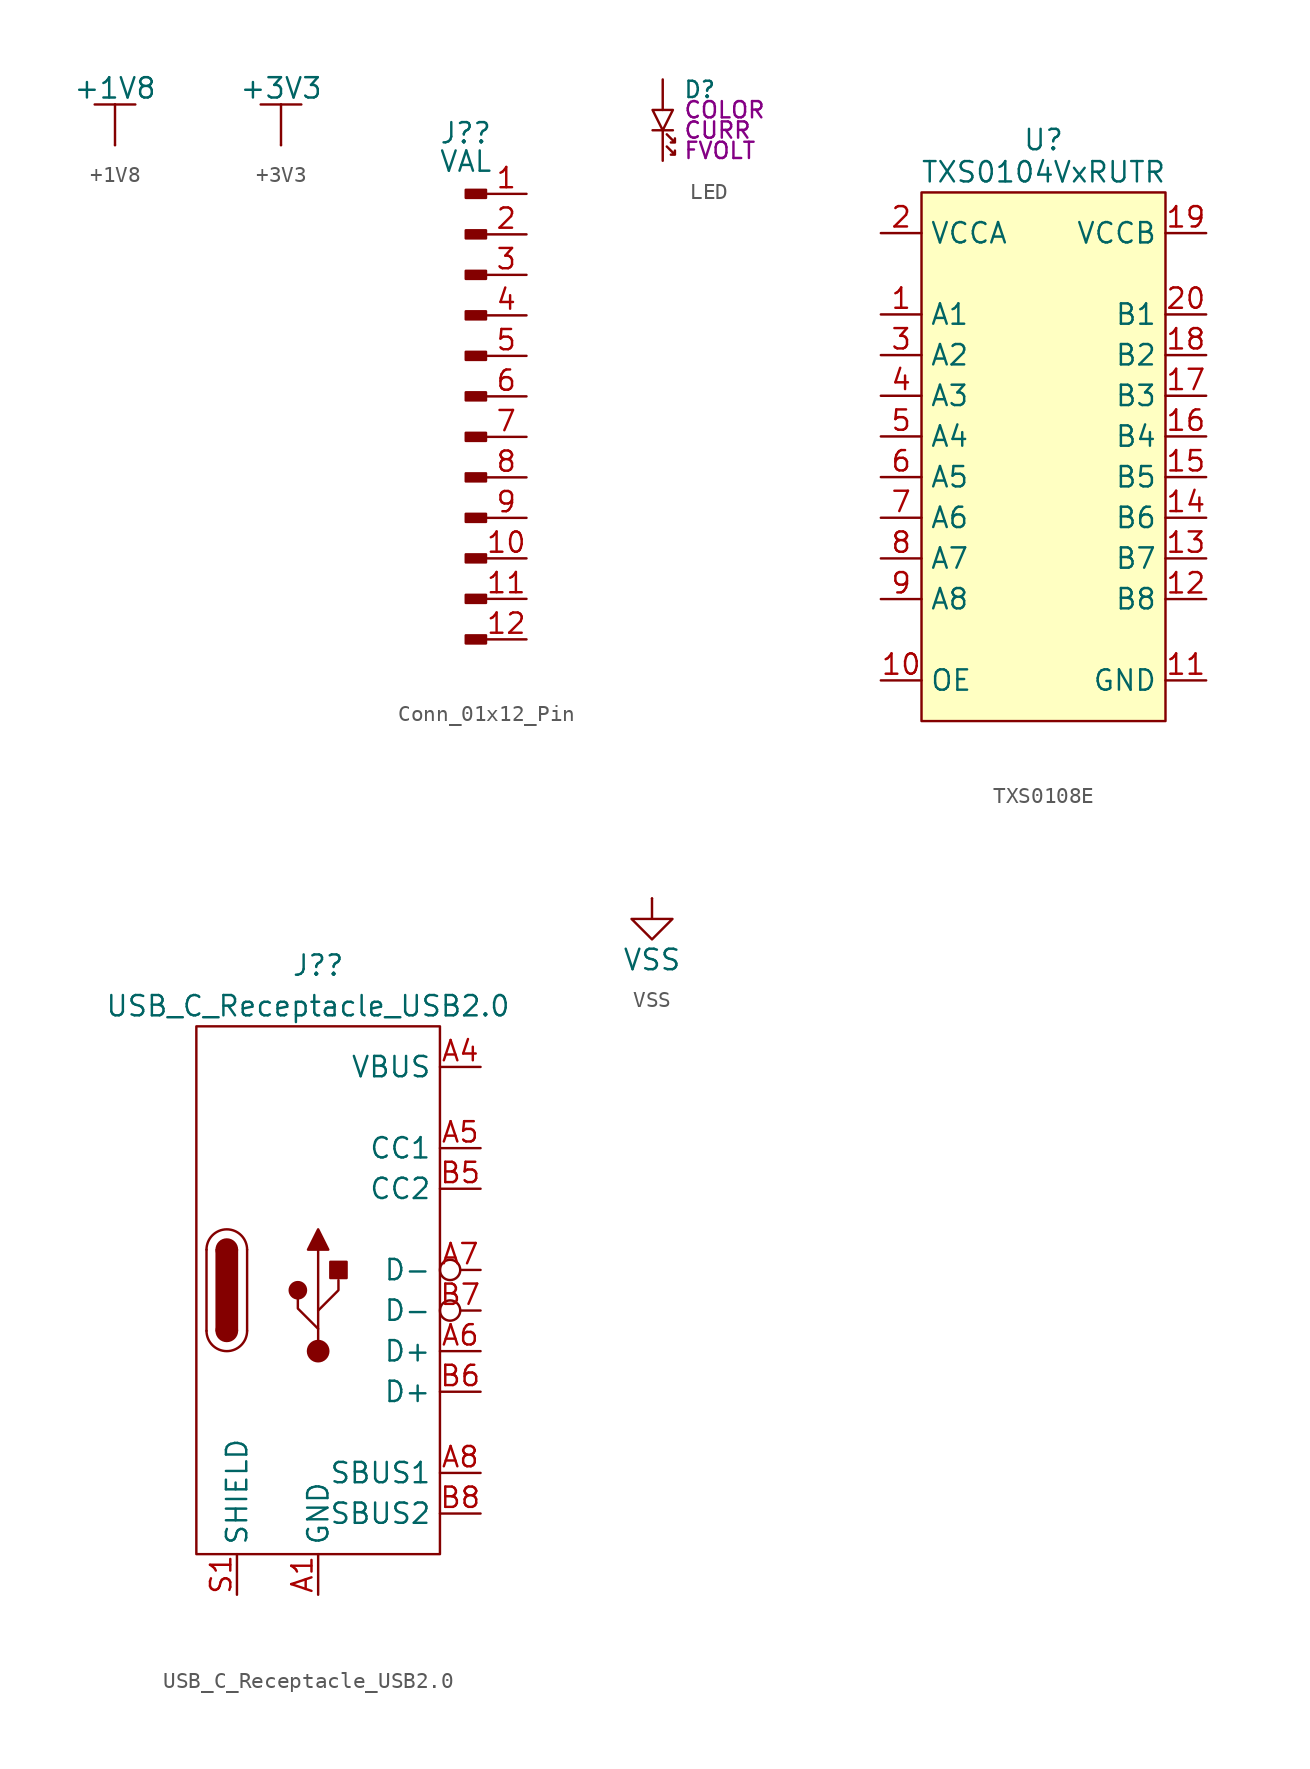
<source format=kicad_sym>
(kicad_symbol_lib
  (version 20231120)
  (generator "kicad_symbol_editor")
  (generator_version "8.0")
  (symbol "+1V8"
    (power)
    (pin_numbers hide)
    (pin_names
      (offset 0) hide)
    (property "Reference" "#PWR"
      (at 0 0 0)
      (effects (font (size 1.27 1.27)) (hide yes)))
    (property "Value" "+1V8"
      (at 0 3.556 0)
      (do_not_autoplace)
      (effects (font (size 1.27 1.27))))
    (symbol "+1V8_0_1"
      (polyline (pts (xy -1.27 2.54) (xy 0 2.54)) (stroke (width 0) (type default)) (fill (type none)))
      (polyline (pts (xy 0 0) (xy 0 2.54)) (stroke (width 0) (type default)) (fill (type none)))
      (polyline (pts (xy 0 2.54) (xy 1.27 2.54)) (stroke (width 0) (type default)) (fill (type none))))
    (symbol "+1V8_1_1"
      (pin power_in line (at 0 0 90) (length 0) (name "~" (effects (font (size 1.27 1.27)))) (number "1" (effects (font (size 1.27 1.27)))))))
  (symbol "+3V3"
    (power)
    (pin_numbers hide)
    (pin_names
      (offset 0) hide)
    (property "Reference" "#PWR"
      (at 0 0 0)
      (effects (font (size 1.27 1.27)) (hide yes)))
    (property "Value" "+3V3"
      (at 0 3.556 0)
      (do_not_autoplace)
      (effects (font (size 1.27 1.27))))
    (symbol "+3V3_0_1"
      (polyline (pts (xy -1.27 2.54) (xy 0 2.54)) (stroke (width 0) (type default)) (fill (type none)))
      (polyline (pts (xy 0 0) (xy 0 2.54)) (stroke (width 0) (type default)) (fill (type none)))
      (polyline (pts (xy 0 2.54) (xy 1.27 2.54)) (stroke (width 0) (type default)) (fill (type none))))
    (symbol "+3V3_1_1"
      (pin power_in line (at 0 0 90) (length 0) (name "~" (effects (font (size 1.27 1.27)))) (number "1" (effects (font (size 1.27 1.27)))))))
  (symbol "Conn_01x12_Pin"
    (pin_names hide)
    (property "Reference" "J?"
      (at 0 17.78 0)
      (do_not_autoplace)
      (effects (font (size 1.27 1.27))))
    (property "Value" "VAL"
      (at 0 16.002 0)
      (do_not_autoplace)
      (effects (font (size 1.27 1.27))))
    (symbol "Conn_01x12_Pin_1_0"
      (pin passive line (at 3.81 13.97 180) (length 2.54) (name "" (effects (font (size 1.27 1.27)))) (number "1" (effects (font (size 1.27 1.27)))))
      (pin passive line (at 3.81 -8.89 180) (length 2.54) (name "" (effects (font (size 1.27 1.27)))) (number "10" (effects (font (size 1.27 1.27)))))
      (pin passive line (at 3.81 -11.43 180) (length 2.54) (name "" (effects (font (size 1.27 1.27)))) (number "11" (effects (font (size 1.27 1.27)))))
      (pin passive line (at 3.81 -13.97 180) (length 2.54) (name "" (effects (font (size 1.27 1.27)))) (number "12" (effects (font (size 1.27 1.27)))))
      (pin passive line (at 3.81 11.43 180) (length 2.54) (name "" (effects (font (size 1.27 1.27)))) (number "2" (effects (font (size 1.27 1.27)))))
      (pin passive line (at 3.81 8.89 180) (length 2.54) (name "" (effects (font (size 1.27 1.27)))) (number "3" (effects (font (size 1.27 1.27)))))
      (pin passive line (at 3.81 6.35 180) (length 2.54) (name "" (effects (font (size 1.27 1.27)))) (number "4" (effects (font (size 1.27 1.27)))))
      (pin passive line (at 3.81 3.81 180) (length 2.54) (name "" (effects (font (size 1.27 1.27)))) (number "5" (effects (font (size 1.27 1.27)))))
      (pin passive line (at 3.81 1.27 180) (length 2.54) (name "" (effects (font (size 1.27 1.27)))) (number "6" (effects (font (size 1.27 1.27)))))
      (pin passive line (at 3.81 -1.27 180) (length 2.54) (name "" (effects (font (size 1.27 1.27)))) (number "7" (effects (font (size 1.27 1.27)))))
      (pin passive line (at 3.81 -3.81 180) (length 2.54) (name "" (effects (font (size 1.27 1.27)))) (number "8" (effects (font (size 1.27 1.27)))))
      (pin passive line (at 3.81 -6.35 180) (length 2.54) (name "" (effects (font (size 1.27 1.27)))) (number "9" (effects (font (size 1.27 1.27))))))
    (symbol "Conn_01x12_Pin_1_1"
      (rectangle (start 0 -13.716) (end 1.27 -14.224) (stroke (width 0) (type default)) (fill (type outline)))
      (rectangle (start 0 -11.176) (end 1.27 -11.684) (stroke (width 0) (type default)) (fill (type outline)))
      (rectangle (start 0 -8.636) (end 1.27 -9.144) (stroke (width 0) (type default)) (fill (type outline)))
      (rectangle (start 0 -6.096) (end 1.27 -6.604) (stroke (width 0) (type default)) (fill (type outline)))
      (rectangle (start 0 -3.556) (end 1.27 -4.064) (stroke (width 0) (type default)) (fill (type outline)))
      (rectangle (start 0 -1.016) (end 1.27 -1.524) (stroke (width 0) (type default)) (fill (type outline)))
      (rectangle (start 0 1.524) (end 1.27 1.016) (stroke (width 0) (type default)) (fill (type outline)))
      (rectangle (start 0 4.064) (end 1.27 3.556) (stroke (width 0) (type default)) (fill (type outline)))
      (rectangle (start 0 6.604) (end 1.27 6.096) (stroke (width 0) (type default)) (fill (type outline)))
      (rectangle (start 0 9.144) (end 1.27 8.636) (stroke (width 0) (type default)) (fill (type outline)))
      (rectangle (start 0 11.684) (end 1.27 11.176) (stroke (width 0) (type default)) (fill (type outline)))
      (rectangle (start 0 14.224) (end 1.27 13.716) (stroke (width 0) (type default)) (fill (type outline)))))
  (symbol "LED"
    (pin_numbers hide)
    (property "Reference" "D"
      (at 1.27 1.905 0)
      (do_not_autoplace)
      (effects (font (size 1.016 1.016)) (justify left)))
    (property "Forward Voltage" "FVOLT"
      (at 1.27 -1.905 0)
      (do_not_autoplace)
      (effects (font (size 1.016 1.016)) (justify left)))
    (property "Current" "CURR"
      (at 1.27 -0.635 0)
      (do_not_autoplace)
      (effects (font (size 1.016 1.016)) (justify left)))
    (property "Color" "COLOR"
      (at 1.27 0.635 0)
      (do_not_autoplace)
      (effects (font (size 1.016 1.016)) (justify left)))
    (symbol "LED_0_1"
      (polyline (pts (xy 0.635 -0.635) (xy -0.635 -0.635)) (stroke (width 0) (type default)) (fill (type none)))
      (polyline (pts (xy 0.254 -1.651) (xy 0.762 -2.159) (xy 0.762 -1.905) (xy 0.762 -2.159) (xy 0.508 -2.159)) (stroke (width 0) (type default)) (fill (type none)))
      (polyline (pts (xy 0.254 -0.889) (xy 0.762 -1.397) (xy 0.762 -1.143) (xy 0.762 -1.397) (xy 0.508 -1.397)) (stroke (width 0) (type default)) (fill (type none))))
    (symbol "LED_1_0"
      (pin passive line (at 0 2.54 270) (length 1.905) (name "" (effects (font (size 1.27 1.27)))) (number "1" (effects (font (size 1.27 1.27)))))
      (pin passive line (at 0 -2.54 90) (length 1.905) (name "" (effects (font (size 1.27 1.27)))) (number "2" (effects (font (size 1.27 1.27))))))
    (symbol "LED_1_1"
      (polyline (pts (xy 0.635 0.635) (xy -0.635 0.635) (xy 0 -0.635) (xy 0.635 0.635)) (stroke (width 0.152) (type default)) (fill (type none)))))
  (symbol "TXS0108E"
    (property "Reference" "U"
      (at 0 19.05 0)
      (do_not_autoplace)
      (effects (font (size 1.27 1.27)) (justify bottom)))
    (property "Value" "TXS0104VxRUTR"
      (at 0 17.78 0)
      (do_not_autoplace)
      (effects (font (size 1.27 1.27))))
    (symbol "TXS0108E_0_0"
      (pin bidirectional line (at -10.16 8.89 0) (length 2.54) (name "A1" (effects (font (size 1.27 1.27)))) (number "1" (effects (font (size 1.27 1.27)))))
      (pin input line (at -10.16 -13.97 0) (length 2.54) (name "OE" (effects (font (size 1.27 1.27)))) (number "10" (effects (font (size 1.27 1.27)))))
      (pin passive line (at 10.16 -13.97 180) (length 2.54) (name "GND" (effects (font (size 1.27 1.27)))) (number "11" (effects (font (size 1.27 1.27)))))
      (pin bidirectional line (at 10.16 -8.89 180) (length 2.54) (name "B8" (effects (font (size 1.27 1.27)))) (number "12" (effects (font (size 1.27 1.27)))))
      (pin bidirectional line (at 10.16 -6.35 180) (length 2.54) (name "B7" (effects (font (size 1.27 1.27)))) (number "13" (effects (font (size 1.27 1.27)))))
      (pin bidirectional line (at 10.16 -3.81 180) (length 2.54) (name "B6" (effects (font (size 1.27 1.27)))) (number "14" (effects (font (size 1.27 1.27)))))
      (pin bidirectional line (at 10.16 -1.27 180) (length 2.54) (name "B5" (effects (font (size 1.27 1.27)))) (number "15" (effects (font (size 1.27 1.27)))))
      (pin bidirectional line (at 10.16 1.27 180) (length 2.54) (name "B4" (effects (font (size 1.27 1.27)))) (number "16" (effects (font (size 1.27 1.27)))))
      (pin bidirectional line (at 10.16 3.81 180) (length 2.54) (name "B3" (effects (font (size 1.27 1.27)))) (number "17" (effects (font (size 1.27 1.27)))))
      (pin bidirectional line (at 10.16 6.35 180) (length 2.54) (name "B2" (effects (font (size 1.27 1.27)))) (number "18" (effects (font (size 1.27 1.27)))))
      (pin power_in line (at 10.16 13.97 180) (length 2.54) (name "VCCB" (effects (font (size 1.27 1.27)))) (number "19" (effects (font (size 1.27 1.27)))))
      (pin power_in line (at -10.16 13.97 0) (length 2.54) (name "VCCA" (effects (font (size 1.27 1.27)))) (number "2" (effects (font (size 1.27 1.27)))))
      (pin bidirectional line (at 10.16 8.89 180) (length 2.54) (name "B1" (effects (font (size 1.27 1.27)))) (number "20" (effects (font (size 1.27 1.27)))))
      (pin bidirectional line (at -10.16 6.35 0) (length 2.54) (name "A2" (effects (font (size 1.27 1.27)))) (number "3" (effects (font (size 1.27 1.27)))))
      (pin bidirectional line (at -10.16 3.81 0) (length 2.54) (name "A3" (effects (font (size 1.27 1.27)))) (number "4" (effects (font (size 1.27 1.27)))))
      (pin bidirectional line (at -10.16 1.27 0) (length 2.54) (name "A4" (effects (font (size 1.27 1.27)))) (number "5" (effects (font (size 1.27 1.27)))))
      (pin bidirectional line (at -10.16 -1.27 0) (length 2.54) (name "A5" (effects (font (size 1.27 1.27)))) (number "6" (effects (font (size 1.27 1.27)))))
      (pin bidirectional line (at -10.16 -3.81 0) (length 2.54) (name "A6" (effects (font (size 1.27 1.27)))) (number "7" (effects (font (size 1.27 1.27)))))
      (pin bidirectional line (at -10.16 -6.35 0) (length 2.54) (name "A7" (effects (font (size 1.27 1.27)))) (number "8" (effects (font (size 1.27 1.27)))))
      (pin bidirectional line (at -10.16 -8.89 0) (length 2.54) (name "A8" (effects (font (size 1.27 1.27)))) (number "9" (effects (font (size 1.27 1.27))))))
    (symbol "TXS0108E_1_0"
      (pin passive line (at 10.16 -13.97 180) (length 2.54) hide (name "PGND" (effects (font (size 1.27 1.27)))) (number "21" (effects (font (size 1.27 1.27))))))
    (symbol "TXS0108E_1_1"
      (rectangle (start -7.62 16.51) (end 7.62 -16.51) (stroke (width 0) (type default)) (fill (type background)))))
  (symbol "USB_C_Receptacle_USB2.0"
    (property "Reference" "J?"
      (at 0 20.32 0)
      (do_not_autoplace)
      (effects (font (size 1.27 1.27))))
    (property "Value" "USB_C_Receptacle_USB2.0"
      (at -0.635 17.78 0)
      (do_not_autoplace)
      (effects (font (size 1.27 1.27))))
    (symbol "USB_C_Receptacle_USB2.0_0_0"
      (pin power_out line (at 10.16 13.97 180) (length 2.54) (name "VBUS" (effects (font (size 1.27 1.27)))) (number "A4" (effects (font (size 1.27 1.27)))))
      (pin input line (at 10.16 8.89 180) (length 2.54) (name "CC1" (effects (font (size 1.27 1.27)))) (number "A5" (effects (font (size 1.27 1.27)))))
      (pin bidirectional line (at 10.16 -3.81 180) (length 2.54) (name "D+" (effects (font (size 1.27 1.27)))) (number "A6" (effects (font (size 1.27 1.27)))))
      (pin bidirectional inverted (at 10.16 1.27 180) (length 2.54) (name "D-" (effects (font (size 1.27 1.27)))) (number "A7" (effects (font (size 1.27 1.27)))))
      (pin unspecified line (at 10.16 -11.43 180) (length 2.54) (name "SBUS1" (effects (font (size 1.27 1.27)))) (number "A8" (effects (font (size 1.27 1.27)))))
      (pin input line (at 10.16 6.35 180) (length 2.54) (name "CC2" (effects (font (size 1.27 1.27)))) (number "B5" (effects (font (size 1.27 1.27)))))
      (pin bidirectional line (at 10.16 -6.35 180) (length 2.54) (name "D+" (effects (font (size 1.27 1.27)))) (number "B6" (effects (font (size 1.27 1.27)))))
      (pin bidirectional inverted (at 10.16 -1.27 180) (length 2.54) (name "D-" (effects (font (size 1.27 1.27)))) (number "B7" (effects (font (size 1.27 1.27)))))
      (pin unspecified line (at 10.16 -13.97 180) (length 2.54) (name "SBUS2" (effects (font (size 1.27 1.27)))) (number "B8" (effects (font (size 1.27 1.27)))))
      (pin passive line (at -5.08 -19.05 90) (length 2.54) (name "SHIELD" (effects (font (size 1.27 1.27)))) (number "S1" (effects (font (size 1.27 1.27))))))
    (symbol "USB_C_Receptacle_USB2.0_1_0"
      (pin power_out line (at 0 -19.05 90) (length 2.54) (name "GND" (effects (font (size 1.27 1.27)))) (number "A1" (effects (font (size 1.27 1.27)))))
      (pin passive line (at 0 -19.05 90) (length 2.54) hide (name "GND" (effects (font (size 1.27 1.27)))) (number "A12" (effects (font (size 1.27 1.27)))))
      (pin power_out line (at 10.16 13.97 180) (length 2.54) hide (name "VBUS" (effects (font (size 1.27 1.27)))) (number "A9" (effects (font (size 1.27 1.27)))))
      (pin passive line (at 0 -19.05 90) (length 2.54) hide (name "GND" (effects (font (size 1.27 1.27)))) (number "B1" (effects (font (size 1.27 1.27)))))
      (pin passive line (at 0 -19.05 90) (length 2.54) hide (name "GND" (effects (font (size 1.27 1.27)))) (number "B12" (effects (font (size 1.27 1.27)))))
      (pin power_out line (at 10.16 13.97 180) (length 2.54) hide (name "VBUS" (effects (font (size 1.27 1.27)))) (number "B4" (effects (font (size 1.27 1.27)))))
      (pin power_out line (at 10.16 13.97 180) (length 2.54) hide (name "VBUS" (effects (font (size 1.27 1.27)))) (number "B9" (effects (font (size 1.27 1.27))))))
    (symbol "USB_C_Receptacle_USB2.0_1_1"
      (rectangle (start -7.62 16.51) (end 7.62 -16.51) (stroke (width 0) (type default)) (fill (type none)))
      (arc (start -6.985 -2.54) (mid -5.715 -3.81) (end -4.445 -2.54) (stroke (width 0) (type default)) (fill (type none)))
      (rectangle (start -6.35 2.54) (end -5.08 -2.54) (stroke (width 0) (type default)) (fill (type outline)))
      (circle (center -5.715 -2.54) (radius 0.635) (stroke (width 0) (type default)) (fill (type outline)))
      (circle (center -5.715 2.54) (radius 0.635) (stroke (width 0) (type default)) (fill (type outline)))
      (arc (start -4.445 2.54) (mid -5.715 3.81) (end -6.985 2.54) (stroke (width 0) (type default)) (fill (type none)))
      (circle (center -1.27 0) (radius 0.508) (stroke (width 0) (type default)) (fill (type outline)))
      (circle (center 0 -3.81) (radius 0.635) (stroke (width 0) (type default)) (fill (type outline)))
      (polyline (pts (xy -6.985 2.54) (xy -6.985 -2.54)) (stroke (width 0) (type default)) (fill (type none)))
      (polyline (pts (xy -4.445 2.54) (xy -4.445 -2.54)) (stroke (width 0) (type default)) (fill (type none)))
      (polyline (pts (xy 0 -3.175) (xy 0 2.54)) (stroke (width 0) (type default)) (fill (type none)))
      (polyline (pts (xy 0 -2.413) (xy -1.27 -1.143) (xy -1.27 -0.508)) (stroke (width 0) (type default)) (fill (type none)))
      (polyline (pts (xy 0 -1.27) (xy 1.27 0) (xy 1.27 0.635)) (stroke (width 0) (type default)) (fill (type none)))
      (polyline (pts (xy 0 2.54) (xy -0.635 2.54) (xy 0 3.81) (xy 0.635 2.54) (xy 0 2.54)) (stroke (width 0) (type default)) (fill (type outline)))
      (rectangle (start 0.762 1.778) (end 1.778 0.762) (stroke (width 0) (type default)) (fill (type outline)))))
  (symbol "VSS"
    (power)
    (pin_numbers hide)
    (pin_names
      (offset 0) hide)
    (property "Reference" "#PWR"
      (at 0 0 0)
      (effects (font (size 1.27 1.27)) (hide yes)))
    (property "Value" "VSS"
      (at 0 -3.81 0)
      (do_not_autoplace)
      (effects (font (size 1.27 1.27))))
    (symbol "VSS_0_1"
      (polyline (pts (xy 0 0) (xy 0 -1.27) (xy 1.27 -1.27) (xy 0 -2.54) (xy -1.27 -1.27) (xy 0 -1.27)) (stroke (width 0) (type default)) (fill (type none))))
    (symbol "VSS_1_1"
      (pin power_in line (at 0 0 270) (length 0) (name "~" (effects (font (size 1.27 1.27)))) (number "1" (effects (font (size 1.27 1.27))))))))
</source>
